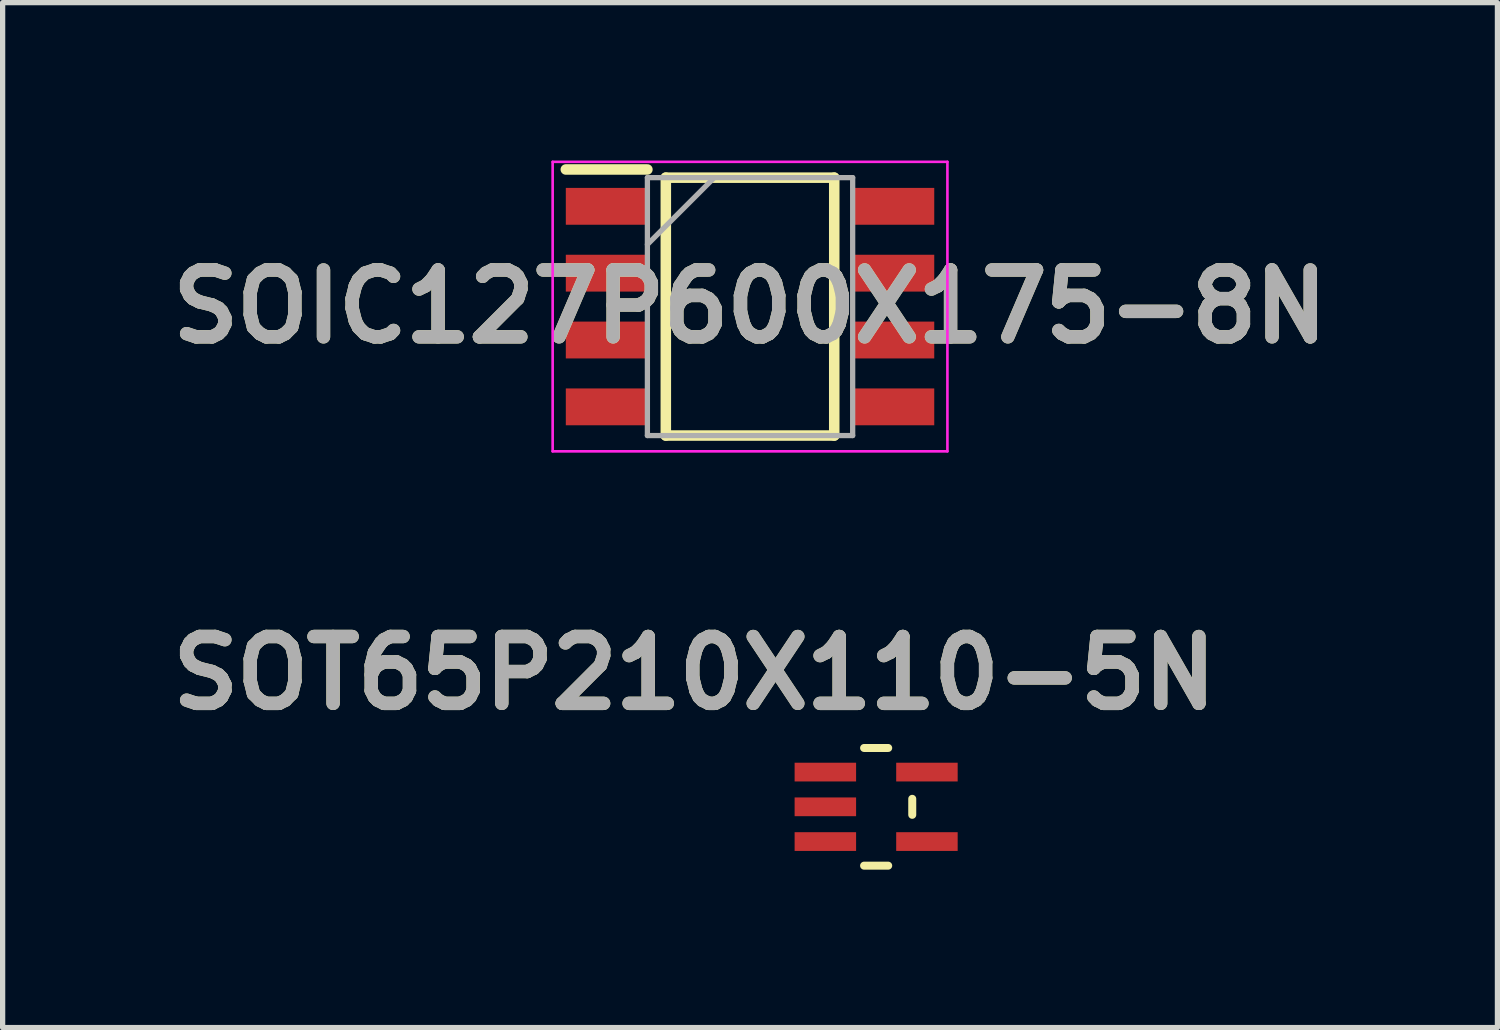
<source format=kicad_pcb>
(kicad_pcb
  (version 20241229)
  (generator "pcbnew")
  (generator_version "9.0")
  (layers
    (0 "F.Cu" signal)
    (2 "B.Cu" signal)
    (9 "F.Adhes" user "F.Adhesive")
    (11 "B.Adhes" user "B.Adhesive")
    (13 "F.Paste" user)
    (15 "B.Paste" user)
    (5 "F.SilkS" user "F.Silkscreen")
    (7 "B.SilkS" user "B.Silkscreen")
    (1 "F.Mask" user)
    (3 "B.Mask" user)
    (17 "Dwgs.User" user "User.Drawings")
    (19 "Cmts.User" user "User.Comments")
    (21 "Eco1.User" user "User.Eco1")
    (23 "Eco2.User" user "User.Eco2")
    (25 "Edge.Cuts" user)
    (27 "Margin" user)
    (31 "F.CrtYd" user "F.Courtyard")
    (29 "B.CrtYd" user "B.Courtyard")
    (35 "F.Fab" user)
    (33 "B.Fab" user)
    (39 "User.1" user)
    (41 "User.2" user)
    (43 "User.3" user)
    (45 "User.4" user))
  (footprint "SOIC127P600X175-8N"
    (layer "F.Cu")
    (at 11.2 2.775)
    (property "Reference" "SOIC127P600X175-8N" (at 0 0 0) (layer "F.SilkS") (effects (font (size 1.27 1.27) (thickness 0.254))))
    (attr smd)
    (fp_line (start -3.5 -2.605) (end -1.95 -2.605) (stroke (width 0.2) (type solid)) (layer "F.SilkS"))
    (fp_line (start -1.6 -2.45) (end 1.6 -2.45) (stroke (width 0.2) (type solid)) (layer "F.SilkS"))
    (fp_line (start -1.6 2.45) (end -1.6 -2.45) (stroke (width 0.2) (type solid)) (layer "F.SilkS"))
    (fp_line (start 1.6 -2.45) (end 1.6 2.45) (stroke (width 0.2) (type solid)) (layer "F.SilkS"))
    (fp_line (start 1.6 2.45) (end -1.6 2.45) (stroke (width 0.2) (type solid)) (layer "F.SilkS"))
    (fp_line (start -3.75 -2.75) (end 3.75 -2.75) (stroke (width 0.05) (type solid)) (layer "F.CrtYd"))
    (fp_line (start -3.75 2.75) (end -3.75 -2.75) (stroke (width 0.05) (type solid)) (layer "F.CrtYd"))
    (fp_line (start 3.75 -2.75) (end 3.75 2.75) (stroke (width 0.05) (type solid)) (layer "F.CrtYd"))
    (fp_line (start 3.75 2.75) (end -3.75 2.75) (stroke (width 0.05) (type solid)) (layer "F.CrtYd"))
    (fp_line (start -1.95 -2.45) (end 1.95 -2.45) (stroke (width 0.1) (type solid)) (layer "F.Fab"))
    (fp_line (start -1.95 -1.18) (end -0.68 -2.45) (stroke (width 0.1) (type solid)) (layer "F.Fab"))
    (fp_line (start -1.95 2.45) (end -1.95 -2.45) (stroke (width 0.1) (type solid)) (layer "F.Fab"))
    (fp_line (start 1.95 -2.45) (end 1.95 2.45) (stroke (width 0.1) (type solid)) (layer "F.Fab"))
    (fp_line (start 1.95 2.45) (end -1.95 2.45) (stroke (width 0.1) (type solid)) (layer "F.Fab"))
    (fp_text user "${REFERENCE}" (at 0 0 0) (layer "F.Fab") (effects (font (size 1.27 1.27) (thickness 0.254))))
    (pad "1" smd rect (at -2.725 -1.905 90) (size 0.7 1.55) (layers "F.Cu" "F.Mask" "F.Paste"))
    (pad "2" smd rect (at -2.725 -0.635 90) (size 0.7 1.55) (layers "F.Cu" "F.Mask" "F.Paste"))
    (pad "3" smd rect (at -2.725 0.635 90) (size 0.7 1.55) (layers "F.Cu" "F.Mask" "F.Paste"))
    (pad "4" smd rect (at -2.725 1.905 90) (size 0.7 1.55) (layers "F.Cu" "F.Mask" "F.Paste"))
    (pad "5" smd rect (at 2.725 1.905 90) (size 0.7 1.55) (layers "F.Cu" "F.Mask" "F.Paste"))
    (pad "6" smd rect (at 2.725 0.635 90) (size 0.7 1.55) (layers "F.Cu" "F.Mask" "F.Paste"))
    (pad "7" smd rect (at 2.725 -0.635 90) (size 0.7 1.55) (layers "F.Cu" "F.Mask" "F.Paste"))
    (pad "8" smd rect (at 2.725 -1.905 90) (size 0.7 1.55) (layers "F.Cu" "F.Mask" "F.Paste")))
  (footprint "SOT65P210X110-5N"
    (layer "F.Cu")
    (at 13.596 12.279)
    (property "Reference" "SOT65P210X110-5N" (at -3.454 -2.54 0) (layer "F.SilkS") (effects (font (size 1.27 1.27) (thickness 0.254))))
    (attr smd)
    (fp_line (start -0.229 1.118) (end 0.229 1.118) (stroke (width 0.152) (type solid)) (layer "F.SilkS"))
    (fp_line (start 0.229 -1.118) (end -0.229 -1.118) (stroke (width 0.152) (type solid)) (layer "F.SilkS"))
    (fp_line (start 0.686 0.152) (end 0.686 -0.152) (stroke (width 0.152) (type solid)) (layer "F.SilkS"))
    (fp_text user "${REFERENCE}" (at -3.454 -2.54 0) (layer "F.Fab") (effects (font (size 1.27 1.27) (thickness 0.254))))
    (pad "1" smd rect (at -0.965 -0.66 90) (size 0.356 1.168) (layers "F.Cu" "F.Mask" "F.Paste"))
    (pad "2" smd rect (at -0.965 0 90) (size 0.356 1.168) (layers "F.Cu" "F.Mask" "F.Paste"))
    (pad "3" smd rect (at -0.965 0.66 90) (size 0.356 1.168) (layers "F.Cu" "F.Mask" "F.Paste"))
    (pad "4" smd rect (at 0.965 0.66 90) (size 0.356 1.168) (layers "F.Cu" "F.Mask" "F.Paste"))
    (pad "5" smd rect (at 0.965 -0.66 90) (size 0.356 1.168) (layers "F.Cu" "F.Mask" "F.Paste")))
  (gr_rect
    (start -3 -3)
    (end 25.4 16.473)
    (stroke (width 0.1) (type default))
    (fill no)
    (layer "Edge.Cuts")))
</source>
